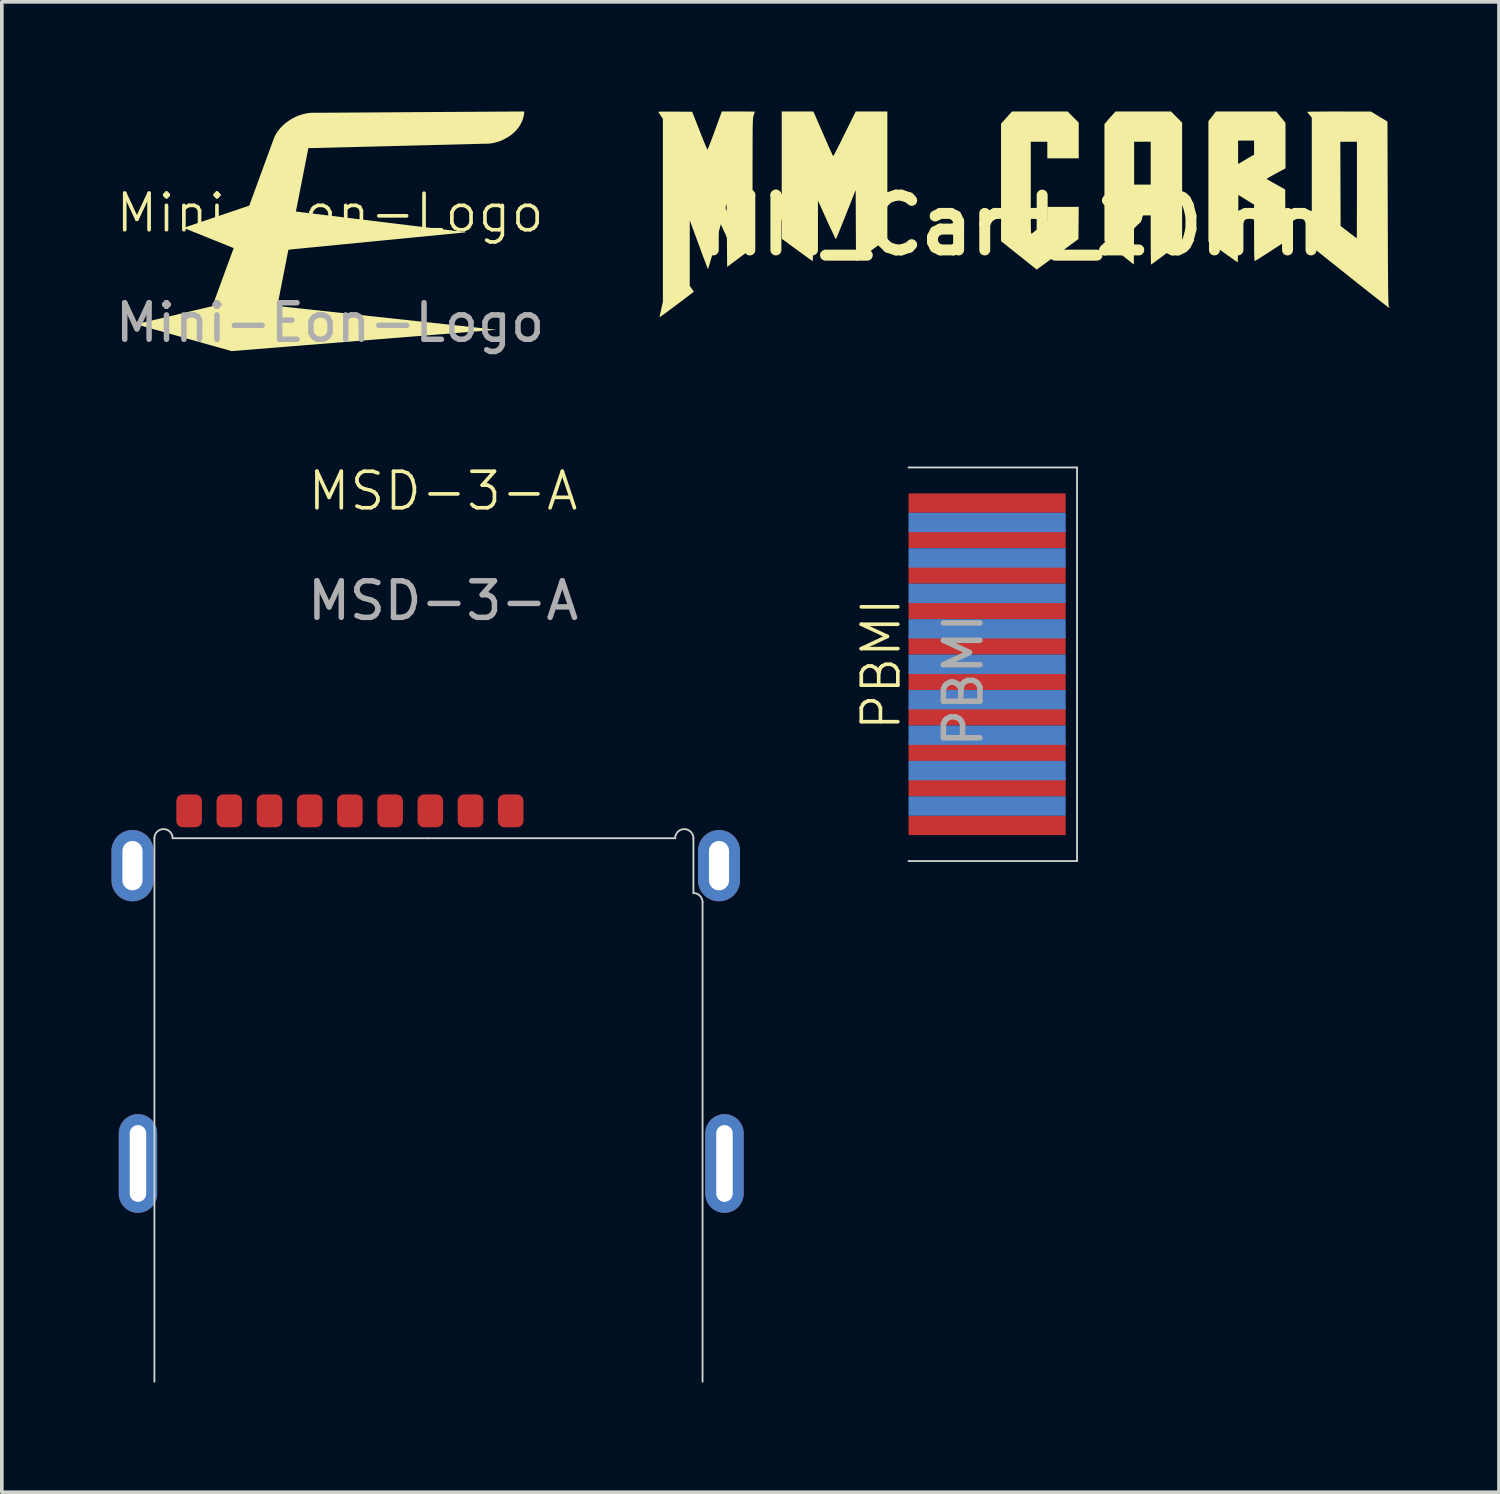
<source format=kicad_pcb>
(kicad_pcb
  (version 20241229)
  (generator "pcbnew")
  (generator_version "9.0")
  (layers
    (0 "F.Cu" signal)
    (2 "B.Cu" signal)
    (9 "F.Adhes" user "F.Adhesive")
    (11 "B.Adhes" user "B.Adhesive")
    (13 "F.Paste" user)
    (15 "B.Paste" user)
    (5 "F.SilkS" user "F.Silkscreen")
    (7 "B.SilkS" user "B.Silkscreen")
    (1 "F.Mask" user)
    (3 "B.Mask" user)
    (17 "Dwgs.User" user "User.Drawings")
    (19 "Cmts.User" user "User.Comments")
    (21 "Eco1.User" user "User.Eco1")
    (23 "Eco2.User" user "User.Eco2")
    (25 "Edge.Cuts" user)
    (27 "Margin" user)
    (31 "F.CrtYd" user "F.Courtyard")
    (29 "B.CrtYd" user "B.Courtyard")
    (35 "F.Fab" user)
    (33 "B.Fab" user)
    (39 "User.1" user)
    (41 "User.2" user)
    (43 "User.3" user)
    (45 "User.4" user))
  (footprint "MM_Card_20mm"
    (layer "F.Cu")
    (at 24.968 3.111)
    (property "Reference" "MM_Card_20mm" (at 0 0 0) (layer "F.SilkS") (effects (font (size 1.5 1.5) (thickness 0.3))))
    (attr board_only exclude_from_pos_files exclude_from_bom)
    (fp_poly (pts (xy 4.178 -2.958) (xy 4.33 -2.805) (xy 4.33 -1.18) (xy 4.33 0.445) (xy 3.91 0.762) (xy 3.811 0.837) (xy 3.719 0.906) (xy 3.637 0.966) (xy 3.57 1.016) (xy 3.52 1.052) (xy 3.489 1.074) (xy 3.481 1.079) (xy 3.478 1.063) (xy 3.476 1.02) (xy 3.475 0.952) (xy 3.473 0.862) (xy 3.472 0.754) (xy 3.471 0.631) (xy 3.47 0.495) (xy 3.47 0.406) (xy 3.47 -0.266) (xy 3.244 -0.266) (xy 3.017 -0.266) (xy 3.013 0.406) (xy 3.009 1.078) (xy 2.606 0.757) (xy 2.204 0.435) (xy 2.204 -1.164) (xy 2.204 -1.696) (xy 3.017 -1.696) (xy 3.017 -1.11) (xy 3.243 -1.11) (xy 3.47 -1.11) (xy 3.47 -1.696) (xy 3.47 -2.282) (xy 3.243 -2.282) (xy 3.017 -2.282) (xy 3.017 -1.696) (xy 2.204 -1.696) (xy 2.204 -2.762) (xy 2.247 -2.816) (xy 2.276 -2.851) (xy 2.32 -2.902) (xy 2.37 -2.959) (xy 2.398 -2.99) (xy 2.506 -3.111) (xy 3.266 -3.111) (xy 4.026 -3.111)) (stroke (width 0) (type solid)) (fill yes) (layer "F.SilkS"))
    (fp_poly (pts (xy 1.348 -2.958) (xy 1.501 -2.805) (xy 1.501 -2.317) (xy 1.501 -1.829) (xy 1.071 -1.829) (xy 0.641 -1.829) (xy 0.641 -2.055) (xy 0.641 -2.282) (xy 0.414 -2.282) (xy 0.188 -2.282) (xy 0.188 -1.015) (xy 0.188 -0.787) (xy 0.188 -0.587) (xy 0.188 -0.415) (xy 0.188 -0.269) (xy 0.189 -0.146) (xy 0.19 -0.044) (xy 0.191 0.038) (xy 0.192 0.103) (xy 0.194 0.152) (xy 0.196 0.188) (xy 0.199 0.212) (xy 0.202 0.226) (xy 0.206 0.233) (xy 0.211 0.234) (xy 0.216 0.232) (xy 0.216 0.231) (xy 0.237 0.215) (xy 0.278 0.182) (xy 0.333 0.137) (xy 0.398 0.084) (xy 0.442 0.047) (xy 0.64 -0.117) (xy 0.641 -0.309) (xy 0.641 -0.5) (xy 1.071 -0.5) (xy 1.501 -0.5) (xy 1.497 -0.06) (xy 1.493 0.38) (xy 0.985 0.753) (xy 0.872 0.836) (xy 0.764 0.915) (xy 0.665 0.987) (xy 0.578 1.051) (xy 0.506 1.104) (xy 0.452 1.143) (xy 0.419 1.167) (xy 0.414 1.17) (xy 0.351 1.216) (xy -0.137 0.827) (xy -0.625 0.438) (xy -0.625 -1.169) (xy -0.625 -2.776) (xy -0.475 -2.944) (xy -0.325 -3.111) (xy 0.435 -3.111) (xy 1.196 -3.111)) (stroke (width 0) (type solid)) (fill yes) (layer "F.SilkS"))
    (fp_poly (pts (xy 9.496 -3.109) (xy 9.722 -2.972) (xy 9.949 -2.835) (xy 9.957 -0.327) (xy 9.958 0.011) (xy 9.959 0.319) (xy 9.96 0.598) (xy 9.961 0.85) (xy 9.962 1.076) (xy 9.964 1.277) (xy 9.965 1.455) (xy 9.966 1.61) (xy 9.968 1.744) (xy 9.969 1.858) (xy 9.971 1.954) (xy 9.973 2.033) (xy 9.975 2.096) (xy 9.977 2.144) (xy 9.979 2.18) (xy 9.982 2.203) (xy 9.984 2.215) (xy 9.985 2.217) (xy 9.999 2.248) (xy 10.001 2.265) (xy 9.988 2.258) (xy 9.953 2.232) (xy 9.897 2.19) (xy 9.821 2.132) (xy 9.729 2.06) (xy 9.62 1.975) (xy 9.498 1.88) (xy 9.364 1.774) (xy 9.22 1.66) (xy 9.067 1.538) (xy 8.937 1.435) (xy 7.878 0.592) (xy 7.878 -1.175) (xy 7.878 -2.282) (xy 8.659 -2.282) (xy 8.663 -1.129) (xy 8.667 0.023) (xy 8.886 0.191) (xy 8.957 0.245) (xy 9.019 0.292) (xy 9.067 0.328) (xy 9.099 0.352) (xy 9.109 0.359) (xy 9.109 0.344) (xy 9.11 0.299) (xy 9.111 0.229) (xy 9.111 0.133) (xy 9.111 0.016) (xy 9.112 -0.121) (xy 9.112 -0.276) (xy 9.112 -0.447) (xy 9.113 -0.63) (xy 9.113 -0.824) (xy 9.113 -0.961) (xy 9.113 -2.282) (xy 8.886 -2.282) (xy 8.659 -2.282) (xy 7.878 -2.282) (xy 7.878 -2.942) (xy 7.815 -3.017) (xy 7.783 -3.057) (xy 7.76 -3.088) (xy 7.753 -3.101) (xy 7.768 -3.103) (xy 7.812 -3.104) (xy 7.881 -3.106) (xy 7.973 -3.107) (xy 8.085 -3.108) (xy 8.215 -3.109) (xy 8.359 -3.11) (xy 8.514 -3.11) (xy 8.624 -3.11)) (stroke (width 0) (type solid)) (fill yes) (layer "F.SilkS"))
    (fp_poly (pts (xy 7.032 -2.955) (xy 7.159 -2.8) (xy 7.159 -2.177) (xy 7.159 -1.555) (xy 6.901 -1.415) (xy 6.82 -1.37) (xy 6.75 -1.331) (xy 6.694 -1.298) (xy 6.657 -1.276) (xy 6.644 -1.266) (xy 6.644 -1.266) (xy 6.657 -1.256) (xy 6.693 -1.234) (xy 6.748 -1.202) (xy 6.818 -1.162) (xy 6.898 -1.117) (xy 7.151 -0.976) (xy 7.155 -0.265) (xy 7.159 0.446) (xy 6.75 0.712) (xy 6.648 0.777) (xy 6.554 0.837) (xy 6.472 0.89) (xy 6.404 0.932) (xy 6.354 0.963) (xy 6.325 0.98) (xy 6.32 0.982) (xy 6.315 0.978) (xy 6.311 0.963) (xy 6.308 0.933) (xy 6.305 0.887) (xy 6.303 0.823) (xy 6.301 0.738) (xy 6.3 0.631) (xy 6.3 0.497) (xy 6.299 0.337) (xy 6.299 0.214) (xy 6.299 -0.559) (xy 6.084 -0.693) (xy 5.869 -0.827) (xy 5.865 0.095) (xy 5.864 0.261) (xy 5.863 0.418) (xy 5.862 0.562) (xy 5.86 0.692) (xy 5.858 0.803) (xy 5.856 0.894) (xy 5.854 0.961) (xy 5.852 1.003) (xy 5.85 1.016) (xy 5.835 1.007) (xy 5.797 0.982) (xy 5.741 0.943) (xy 5.669 0.892) (xy 5.584 0.832) (xy 5.49 0.764) (xy 5.443 0.731) (xy 5.049 0.446) (xy 5.049 -1.199) (xy 5.049 -1.993) (xy 5.862 -1.993) (xy 5.862 -1.673) (xy 5.975 -1.74) (xy 6.046 -1.782) (xy 6.125 -1.828) (xy 6.193 -1.869) (xy 6.193 -1.869) (xy 6.299 -1.93) (xy 6.299 -2.122) (xy 6.299 -2.313) (xy 6.08 -2.313) (xy 5.862 -2.313) (xy 5.862 -1.993) (xy 5.049 -1.993) (xy 5.049 -2.844) (xy 5.151 -2.977) (xy 5.254 -3.111) (xy 6.079 -3.111) (xy 6.904 -3.111)) (stroke (width 0) (type solid)) (fill yes) (layer "F.SilkS"))
    (fp_poly (pts (xy -3.736 -1.37) (xy -3.736 0.371) (xy -4.157 0.678) (xy -4.258 0.751) (xy -4.35 0.818) (xy -4.432 0.876) (xy -4.499 0.924) (xy -4.549 0.96) (xy -4.579 0.98) (xy -4.587 0.985) (xy -4.588 0.97) (xy -4.59 0.926) (xy -4.592 0.856) (xy -4.593 0.763) (xy -4.595 0.649) (xy -4.596 0.518) (xy -4.597 0.371) (xy -4.598 0.211) (xy -4.599 0.041) (xy -4.599 0.012) (xy -4.603 -0.96) (xy -4.868 -0.292) (xy -4.922 -0.155) (xy -4.973 -0.028) (xy -5.02 0.088) (xy -5.061 0.189) (xy -5.095 0.271) (xy -5.121 0.333) (xy -5.137 0.372) (xy -5.144 0.384) (xy -5.152 0.371) (xy -5.172 0.333) (xy -5.202 0.272) (xy -5.241 0.191) (xy -5.288 0.092) (xy -5.341 -0.022) (xy -5.398 -0.148) (xy -5.457 -0.277) (xy -5.76 -0.945) (xy -5.764 0.02) (xy -5.765 0.19) (xy -5.766 0.351) (xy -5.768 0.5) (xy -5.769 0.633) (xy -5.771 0.749) (xy -5.773 0.845) (xy -5.775 0.918) (xy -5.777 0.965) (xy -5.779 0.984) (xy -5.78 0.984) (xy -5.795 0.975) (xy -5.832 0.949) (xy -5.888 0.91) (xy -5.96 0.858) (xy -6.045 0.796) (xy -6.141 0.727) (xy -6.209 0.677) (xy -6.627 0.371) (xy -6.627 -1.37) (xy -6.627 -3.111) (xy -6.194 -3.11) (xy -5.76 -3.11) (xy -5.496 -2.504) (xy -5.439 -2.375) (xy -5.386 -2.255) (xy -5.339 -2.146) (xy -5.297 -2.053) (xy -5.263 -1.977) (xy -5.238 -1.923) (xy -5.224 -1.892) (xy -5.221 -1.887) (xy -5.212 -1.898) (xy -5.191 -1.934) (xy -5.159 -1.993) (xy -5.118 -2.072) (xy -5.069 -2.168) (xy -5.013 -2.278) (xy -4.953 -2.4) (xy -4.907 -2.493) (xy -4.603 -3.11) (xy -4.17 -3.11) (xy -3.736 -3.111)) (stroke (width 0) (type solid)) (fill yes) (layer "F.SilkS"))
    (fp_poly (pts (xy -7.698 -3.11) (xy -7.594 -3.11) (xy -7.504 -3.109) (xy -7.433 -3.108) (xy -7.385 -3.107) (xy -7.363 -3.105) (xy -7.362 -3.105) (xy -7.367 -3.089) (xy -7.379 -3.051) (xy -7.393 -3.009) (xy -7.398 -2.994) (xy -7.403 -2.978) (xy -7.406 -2.96) (xy -7.41 -2.937) (xy -7.413 -2.907) (xy -7.415 -2.869) (xy -7.417 -2.822) (xy -7.419 -2.762) (xy -7.421 -2.689) (xy -7.422 -2.601) (xy -7.423 -2.495) (xy -7.423 -2.37) (xy -7.424 -2.224) (xy -7.424 -2.056) (xy -7.424 -1.863) (xy -7.425 -1.644) (xy -7.425 -1.397) (xy -7.425 -1.195) (xy -7.425 -0.924) (xy -7.424 -0.682) (xy -7.424 -0.468) (xy -7.424 -0.28) (xy -7.423 -0.117) (xy -7.423 0.024) (xy -7.422 0.143) (xy -7.421 0.243) (xy -7.419 0.325) (xy -7.418 0.392) (xy -7.416 0.444) (xy -7.413 0.483) (xy -7.411 0.511) (xy -7.408 0.53) (xy -7.404 0.542) (xy -7.401 0.548) (xy -7.383 0.569) (xy -7.381 0.58) (xy -7.394 0.592) (xy -7.429 0.62) (xy -7.483 0.663) (xy -7.553 0.716) (xy -7.635 0.779) (xy -7.726 0.848) (xy -7.753 0.868) (xy -8.12 1.143) (xy -8.128 0.28) (xy -8.136 -0.583) (xy -8.386 0.31) (xy -8.431 0.471) (xy -8.474 0.622) (xy -8.514 0.762) (xy -8.549 0.887) (xy -8.581 0.995) (xy -8.606 1.084) (xy -8.626 1.149) (xy -8.639 1.19) (xy -8.644 1.203) (xy -8.651 1.189) (xy -8.667 1.149) (xy -8.692 1.084) (xy -8.724 1) (xy -8.763 0.897) (xy -8.807 0.78) (xy -8.855 0.651) (xy -8.897 0.535) (xy -9.143 -0.133) (xy -9.143 0.764) (xy -9.144 1.661) (xy -9.089 1.737) (xy -9.06 1.779) (xy -9.04 1.81) (xy -9.035 1.821) (xy -9.047 1.832) (xy -9.08 1.859) (xy -9.133 1.899) (xy -9.2 1.951) (xy -9.279 2.011) (xy -9.366 2.076) (xy -9.458 2.145) (xy -9.551 2.215) (xy -9.643 2.283) (xy -9.729 2.347) (xy -9.807 2.405) (xy -9.873 2.453) (xy -9.923 2.489) (xy -9.955 2.511) (xy -9.964 2.517) (xy -9.968 2.504) (xy -9.965 2.481) (xy -9.958 2.452) (xy -9.946 2.401) (xy -9.931 2.334) (xy -9.918 2.271) (xy -9.879 2.096) (xy -9.879 -0.406) (xy -9.879 -2.909) (xy -9.941 -3.001) (xy -9.972 -3.048) (xy -9.994 -3.084) (xy -10.004 -3.102) (xy -10.004 -3.102) (xy -9.989 -3.104) (xy -9.946 -3.106) (xy -9.88 -3.107) (xy -9.795 -3.108) (xy -9.693 -3.108) (xy -9.579 -3.107) (xy -9.54 -3.107) (xy -9.077 -3.103) (xy -8.873 -2.583) (xy -8.826 -2.463) (xy -8.782 -2.353) (xy -8.743 -2.256) (xy -8.709 -2.175) (xy -8.683 -2.114) (xy -8.666 -2.076) (xy -8.659 -2.063) (xy -8.652 -2.077) (xy -8.635 -2.118) (xy -8.61 -2.181) (xy -8.578 -2.263) (xy -8.54 -2.362) (xy -8.498 -2.474) (xy -8.457 -2.587) (xy -8.265 -3.111) (xy -7.813 -3.111)) (stroke (width 0) (type solid)) (fill yes) (layer "F.SilkS")))
  (footprint "Mini-Eon-Logo"
    (layer "F.Cu")
    (at 5.982 3.279)
    (property "Reference" "Mini-Eon-Logo" (at 0 -0.5 0) (unlocked yes) (layer "F.SilkS") (effects (font (size 1 1) (thickness 0.1))))
    (attr board_only exclude_from_pos_files exclude_from_bom allow_missing_courtyard)
    (fp_poly (pts (xy 3.732 0.027) (xy -2.259 0.612) (xy -4.013 -0.094) (xy -2.229 -0.697)) (stroke (width -0.000001) (type solid)) (fill yes) (layer "F.SilkS"))
    (fp_poly (pts (xy 4.548 2.694) (xy -2.695 3.279) (xy -5.315 2.543) (xy -2.649 1.914)) (stroke (width -0.000001) (type solid)) (fill yes) (layer "F.SilkS"))
    (fp_poly (pts (xy 5.31 -3.227) (xy 5.303 -3.176) (xy 5.292 -3.126) (xy 5.278 -3.078) (xy 5.262 -3.031) (xy 5.242 -2.986) (xy 5.22 -2.942) (xy 5.196 -2.899) (xy 5.169 -2.858) (xy 5.14 -2.819) (xy 5.109 -2.781) (xy 5.075 -2.744) (xy 5.041 -2.71) (xy 5.004 -2.677) (xy 4.966 -2.645) (xy 4.926 -2.616) (xy 4.844 -2.562) (xy 4.757 -2.515) (xy 4.668 -2.475) (xy 4.577 -2.443) (xy 4.485 -2.419) (xy 4.394 -2.403) (xy 4.304 -2.395) (xy 4.26 -2.395) (xy 4.217 -2.396) (xy -0.594 -2.275) (xy -1.65 3.099) (xy -3.35 2.404) (xy -1.543 -2.528) (xy -1.515 -2.595) (xy -1.48 -2.663) (xy -1.437 -2.73) (xy -1.386 -2.796) (xy -1.329 -2.86) (xy -1.265 -2.921) (xy -1.195 -2.979) (xy -1.119 -3.033) (xy -1.039 -3.083) (xy -0.953 -3.127) (xy -0.864 -3.165) (xy -0.771 -3.197) (xy -0.674 -3.221) (xy -0.625 -3.23) (xy -0.575 -3.237) (xy -0.524 -3.242) (xy -0.473 -3.245) (xy -0.421 -3.245) (xy -0.369 -3.243) (xy 5.315 -3.279)) (stroke (width -0.000001) (type solid)) (fill yes) (layer "F.SilkS"))
    (fp_text user "${REFERENCE}" (at 0 2.5 0) (unlocked yes) (layer "F.Fab") (effects (font (size 1 1) (thickness 0.15)))))
  (footprint "MSD-3-A"
    (layer "F.Cu")
    (at 8.675 19.888)
    (property "Reference" "MSD-3-A" (at 0.4 -9.5 0) (unlocked yes) (layer "F.SilkS") (effects (font (size 1 1) (thickness 0.1))))
    (attr smd)
    (fp_line (start -7.5 0) (end -7.5 14.87) (stroke (width 0.05) (type default)) (layer "Edge.Cuts"))
    (fp_line (start -7 0) (end 0 0) (stroke (width 0.05) (type default)) (layer "Edge.Cuts"))
    (fp_line (start 0 0) (end 6.75 0) (stroke (width 0.05) (type default)) (layer "Edge.Cuts"))
    (fp_line (start 7.25 0) (end 7.25 1.5) (stroke (width 0.05) (type default)) (layer "Edge.Cuts"))
    (fp_line (start 7.5 1.75) (end 7.5 14.87) (stroke (width 0.05) (type default)) (layer "Edge.Cuts"))
    (fp_arc (start -7.5 0) (mid -7.25 -0.25) (end -7 0) (stroke (width 0.05) (type default)) (layer "Edge.Cuts"))
    (fp_arc (start 6.75 0) (mid 7 -0.25) (end 7.25 0) (stroke (width 0.05) (type default)) (layer "Edge.Cuts"))
    (fp_arc (start 7.25 1.5) (mid 7.426777 1.573223) (end 7.5 1.75) (stroke (width 0.05) (type default)) (layer "Edge.Cuts"))
    (fp_text user "${REFERENCE}" (at 0.4 -6.5 0) (unlocked yes) (layer "F.Fab") (effects (font (size 1 1) (thickness 0.15))))
    (pad "1" smd roundrect (at 2.25 -0.75) (size 0.7 0.9) (layers "F.Cu" "F.Mask" "F.Paste") (roundrect_rratio 0.25))
    (pad "2" smd roundrect (at 1.15 -0.75) (size 0.7 0.9) (layers "F.Cu" "F.Mask" "F.Paste") (roundrect_rratio 0.25))
    (pad "3" smd roundrect (at 0.05 -0.75) (size 0.7 0.9) (layers "F.Cu" "F.Mask" "F.Paste") (roundrect_rratio 0.25))
    (pad "4" smd roundrect (at -1.05 -0.75) (size 0.7 0.9) (layers "F.Cu" "F.Mask" "F.Paste") (roundrect_rratio 0.25))
    (pad "5" smd roundrect (at -2.15 -0.75) (size 0.7 0.9) (layers "F.Cu" "F.Mask" "F.Paste") (roundrect_rratio 0.25))
    (pad "6" smd roundrect (at -3.25 -0.75) (size 0.7 0.9) (layers "F.Cu" "F.Mask" "F.Paste") (roundrect_rratio 0.25))
    (pad "7" smd roundrect (at -4.35 -0.75) (size 0.7 0.9) (layers "F.Cu" "F.Mask" "F.Paste") (roundrect_rratio 0.25))
    (pad "8" smd roundrect (at -5.45 -0.75) (size 0.7 0.9) (layers "F.Cu" "F.Mask" "F.Paste") (roundrect_rratio 0.25))
    (pad "9" smd roundrect (at -6.55 -0.75) (size 0.7 0.9) (layers "F.Cu" "F.Mask" "F.Paste") (roundrect_rratio 0.25))
    (pad "11" thru_hole oval (at -8.1 0.75) (size 1.15 1.95) (drill oval 0.55 1.35) (layers "*.Cu" "*.Mask"))
    (pad "11" thru_hole oval (at -7.95 8.9) (size 1.05 2.7) (drill oval 0.45 2.1) (layers "*.Cu" "*.Mask"))
    (pad "11" thru_hole oval (at 7.95 0.75) (size 1.15 1.95) (drill oval 0.55 1.35) (layers "*.Cu" "*.Mask"))
    (pad "11" thru_hole oval (at 8.1 8.9 180) (size 1.05 2.7) (drill oval 0.45 2.1) (layers "*.Cu" "*.Mask")))
  (footprint "PBMI"
    (layer "F.Cu")
    (at 21.811 15.127)
    (property "Reference" "PBMI" (at -0.75 0 90) (unlocked yes) (layer "F.SilkS") (effects (font (size 1 1) (thickness 0.1))))
    (attr smd)
    (fp_rect (start 0 -5.5) (end 5 5.5) (stroke (width 0) (type solid)) (fill yes) (layer "F.Mask"))
    (fp_rect (start 0 -5.5) (end 5 5.5) (stroke (width 0) (type solid)) (fill yes) (layer "B.Mask"))
    (fp_line (start 0 -5.385) (end 4.611 -5.385) (stroke (width 0.05) (type default)) (layer "Edge.Cuts"))
    (fp_line (start 0 5.385) (end 4.611 5.385) (stroke (width 0.05) (type default)) (layer "Edge.Cuts"))
    (fp_line (start 4.611 -5.385) (end 4.611 5.385) (stroke (width 0.05) (type solid)) (layer "Edge.Cuts"))
    (fp_text user "${REFERENCE}" (at 1.5 0.44 90) (unlocked yes) (layer "F.Fab") (effects (font (size 1 1) (thickness 0.15))))
    (pad "1" smd rect (at 2.15 -4.41 270) (size 0.53 4.3) (layers "F.Cu" "F.Mask" "F.Paste"))
    (pad "2" smd rect (at 2.15 -3.88 270) (size 0.53 4.3) (layers "B.Cu" "B.Mask" "B.Paste"))
    (pad "3" smd rect (at 2.15 -3.44 270) (size 0.53 4.3) (layers "F.Cu" "F.Mask" "F.Paste"))
    (pad "4" smd rect (at 2.15 -2.91 270) (size 0.53 4.3) (layers "B.Cu" "B.Mask" "B.Paste"))
    (pad "5" smd rect (at 2.15 -2.47 270) (size 0.53 4.3) (layers "F.Cu" "F.Mask" "F.Paste"))
    (pad "6" smd rect (at 2.15 -1.94 270) (size 0.53 4.3) (layers "B.Cu" "B.Mask" "B.Paste"))
    (pad "7" smd rect (at 2.15 -1.5 270) (size 0.53 4.3) (layers "F.Cu" "F.Mask" "F.Paste"))
    (pad "8" smd rect (at 2.15 -0.97 270) (size 0.53 4.3) (layers "B.Cu" "B.Mask" "B.Paste"))
    (pad "9" smd rect (at 2.15 -0.53 270) (size 0.53 4.3) (layers "F.Cu" "F.Mask" "F.Paste"))
    (pad "10" smd rect (at 2.15 0 270) (size 0.53 4.3) (layers "B.Cu" "B.Mask" "B.Paste"))
    (pad "11" smd rect (at 2.15 0.44 270) (size 0.53 4.3) (layers "F.Cu" "F.Mask" "F.Paste"))
    (pad "12" smd rect (at 2.15 0.97 270) (size 0.53 4.3) (layers "B.Cu" "B.Mask" "B.Paste"))
    (pad "13" smd rect (at 2.15 1.41 270) (size 0.53 4.3) (layers "F.Cu" "F.Mask" "F.Paste"))
    (pad "14" smd rect (at 2.15 1.94 270) (size 0.53 4.3) (layers "B.Cu" "B.Mask" "B.Paste"))
    (pad "15" smd rect (at 2.15 2.38 270) (size 0.53 4.3) (layers "F.Cu" "F.Mask" "F.Paste"))
    (pad "16" smd rect (at 2.15 2.91 270) (size 0.53 4.3) (layers "B.Cu" "B.Mask" "B.Paste"))
    (pad "17" smd rect (at 2.15 3.35 270) (size 0.53 4.3) (layers "F.Cu" "F.Mask" "F.Paste"))
    (pad "18" smd rect (at 2.15 3.88 270) (size 0.53 4.3) (layers "B.Cu" "B.Mask" "B.Paste"))
    (pad "19" smd rect (at 2.15 4.41 270) (size 0.53 4.3) (layers "F.Cu" "F.Mask" "F.Paste")))
  (gr_rect
    (start -3 -3)
    (end 37.969 37.783)
    (stroke (width 0.1) (type default))
    (fill no)
    (layer "Edge.Cuts")))
</source>
